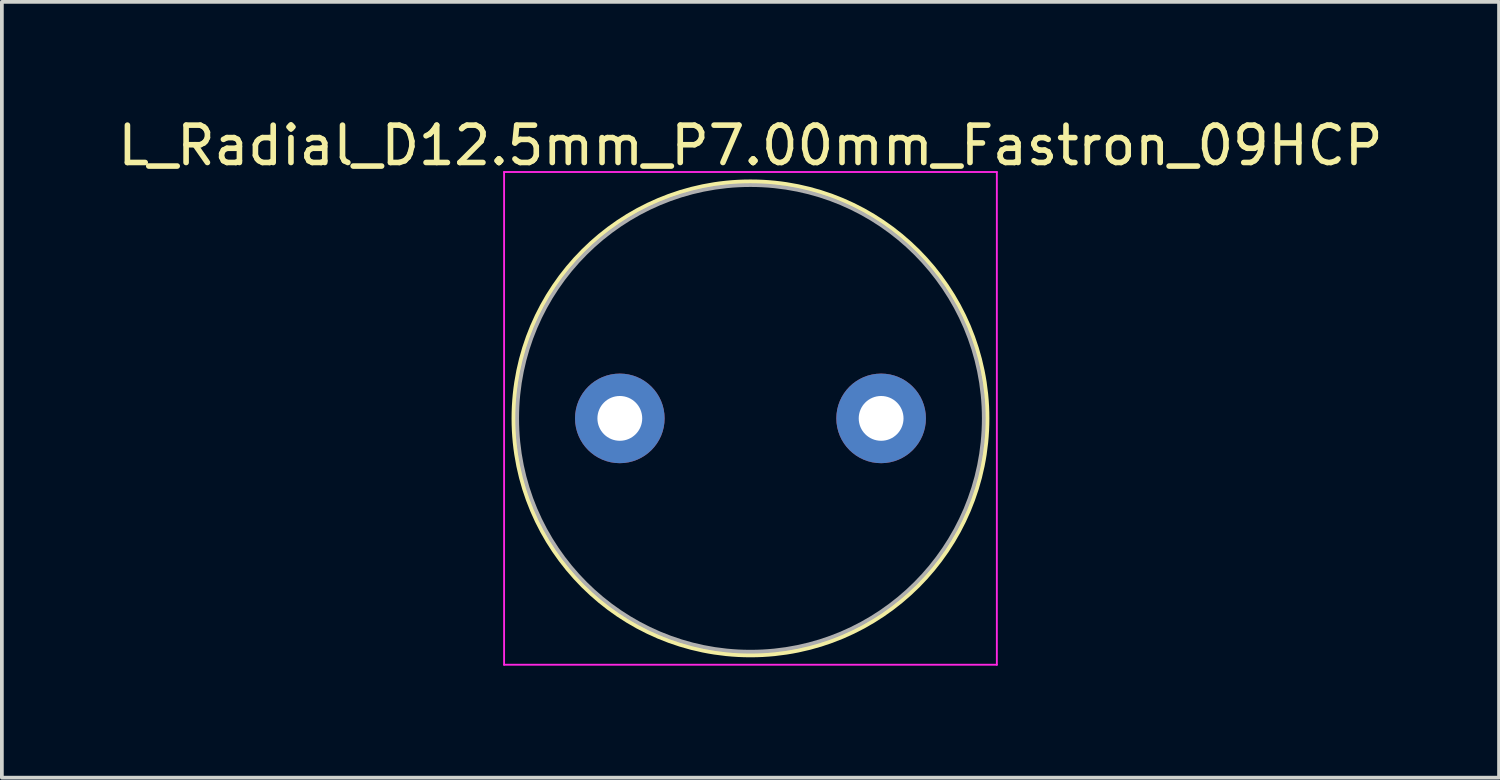
<source format=kicad_pcb>
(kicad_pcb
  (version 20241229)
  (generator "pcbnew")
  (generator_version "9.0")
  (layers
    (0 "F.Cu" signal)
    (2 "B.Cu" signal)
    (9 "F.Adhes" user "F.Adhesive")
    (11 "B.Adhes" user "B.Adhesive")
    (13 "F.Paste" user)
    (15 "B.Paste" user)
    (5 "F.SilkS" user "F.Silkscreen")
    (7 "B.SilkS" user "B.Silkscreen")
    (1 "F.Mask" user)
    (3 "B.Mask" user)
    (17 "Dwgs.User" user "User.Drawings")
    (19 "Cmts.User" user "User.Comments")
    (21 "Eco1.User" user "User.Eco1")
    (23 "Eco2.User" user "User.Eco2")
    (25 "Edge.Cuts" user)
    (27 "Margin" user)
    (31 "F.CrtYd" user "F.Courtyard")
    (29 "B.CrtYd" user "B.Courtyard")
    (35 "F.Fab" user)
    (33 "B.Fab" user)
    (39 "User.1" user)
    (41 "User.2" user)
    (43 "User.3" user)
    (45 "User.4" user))
  (footprint "L_Radial_D12.5mm_P7.00mm_Fastron_09HCP"
    (layer "F.Cu")
    (at 13.554 8.158)
    (property "Reference" "L_Radial_D12.5mm_P7.00mm_Fastron_09HCP" (at 3.5 -7.31 0) (layer "F.SilkS") (effects (font (size 1 1) (thickness 0.15))))
    (attr through_hole)
    (fp_circle (center 3.5 0) (end 9.84 0) (stroke (width 0.12) (type solid)) (fill no) (layer "F.SilkS"))
    (fp_line (start -3.1 -6.6) (end -3.1 6.6) (stroke (width 0.05) (type solid)) (layer "F.CrtYd"))
    (fp_line (start -3.1 6.6) (end 10.1 6.6) (stroke (width 0.05) (type solid)) (layer "F.CrtYd"))
    (fp_line (start 10.1 -6.6) (end -3.1 -6.6) (stroke (width 0.05) (type solid)) (layer "F.CrtYd"))
    (fp_line (start 10.1 6.6) (end 10.1 -6.6) (stroke (width 0.05) (type solid)) (layer "F.CrtYd"))
    (fp_circle (center 3.5 0) (end 9.75 0) (stroke (width 0.1) (type solid)) (fill no) (layer "F.Fab"))
    (pad "1" thru_hole circle (at 0 0) (size 2.4 2.4) (drill 1.2) (layers "*.Cu" "*.Mask"))
    (pad "2" thru_hole circle (at 7 0) (size 2.4 2.4) (drill 1.2) (layers "*.Cu" "*.Mask")))
  (gr_rect
    (start -3 -3)
    (end 37.107 17.783)
    (stroke (width 0.1) (type default))
    (fill no)
    (layer "Edge.Cuts")))
</source>
